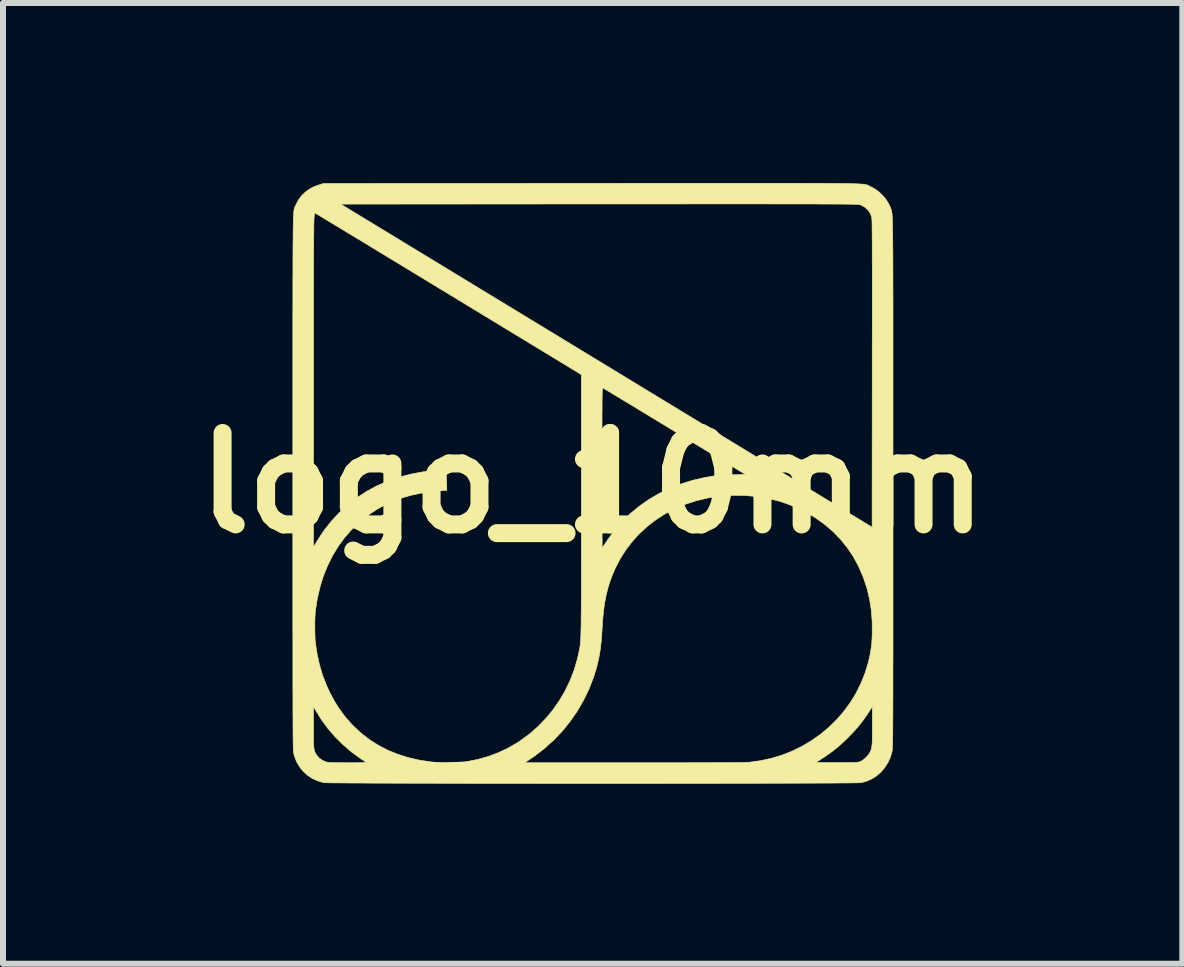
<source format=kicad_pcb>
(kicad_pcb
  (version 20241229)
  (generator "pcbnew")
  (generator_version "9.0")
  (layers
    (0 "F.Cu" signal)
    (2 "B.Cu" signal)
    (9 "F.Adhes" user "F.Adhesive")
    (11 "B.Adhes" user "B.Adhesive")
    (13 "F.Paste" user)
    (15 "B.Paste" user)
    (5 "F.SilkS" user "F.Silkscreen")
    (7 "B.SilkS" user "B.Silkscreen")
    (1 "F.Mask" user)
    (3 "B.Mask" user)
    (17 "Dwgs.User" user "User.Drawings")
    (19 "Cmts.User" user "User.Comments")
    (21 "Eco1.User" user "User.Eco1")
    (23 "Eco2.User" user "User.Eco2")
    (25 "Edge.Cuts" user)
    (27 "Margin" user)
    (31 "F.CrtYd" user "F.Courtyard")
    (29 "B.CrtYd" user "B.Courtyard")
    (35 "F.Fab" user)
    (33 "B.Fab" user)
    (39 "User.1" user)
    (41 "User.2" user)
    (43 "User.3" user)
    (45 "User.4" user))
  (footprint "logo_10mm"
    (layer "F.Cu")
    (at 6.829 5.002)
    (property "Reference" "logo_10mm" (at 0 0 0) (layer "F.SilkS") (effects (font (size 1.524 1.524) (thickness 0.3))))
    (attr through_hole)
    (fp_poly (pts (xy 2.748 -4.997) (xy 2.921 -4.997) (xy 3.082 -4.997) (xy 3.232 -4.997) (xy 3.372 -4.997) (xy 3.501 -4.997) (xy 3.621 -4.996) (xy 3.731 -4.996) (xy 3.832 -4.996) (xy 3.924 -4.995) (xy 4.009 -4.994) (xy 4.085 -4.994) (xy 4.154 -4.993) (xy 4.216 -4.992) (xy 4.271 -4.991) (xy 4.321 -4.99) (xy 4.364 -4.989) (xy 4.402 -4.988) (xy 4.435 -4.986) (xy 4.464 -4.985) (xy 4.489 -4.983) (xy 4.509 -4.981) (xy 4.527 -4.979) (xy 4.541 -4.977) (xy 4.553 -4.975) (xy 4.563 -4.973) (xy 4.572 -4.97) (xy 4.579 -4.968) (xy 4.585 -4.965) (xy 4.59 -4.962) (xy 4.596 -4.959) (xy 4.602 -4.956) (xy 4.609 -4.952) (xy 4.617 -4.949) (xy 4.619 -4.948) (xy 4.7 -4.906) (xy 4.775 -4.851) (xy 4.843 -4.785) (xy 4.901 -4.711) (xy 4.946 -4.632) (xy 4.966 -4.584) (xy 4.969 -4.576) (xy 4.971 -4.569) (xy 4.974 -4.563) (xy 4.977 -4.556) (xy 4.979 -4.55) (xy 4.981 -4.542) (xy 4.983 -4.534) (xy 4.985 -4.524) (xy 4.987 -4.512) (xy 4.989 -4.498) (xy 4.991 -4.481) (xy 4.992 -4.46) (xy 4.994 -4.437) (xy 4.995 -4.409) (xy 4.996 -4.377) (xy 4.997 -4.34) (xy 4.998 -4.298) (xy 4.999 -4.25) (xy 5 -4.196) (xy 5.001 -4.136) (xy 5.002 -4.068) (xy 5.002 -3.994) (xy 5.003 -3.911) (xy 5.004 -3.821) (xy 5.004 -3.722) (xy 5.004 -3.614) (xy 5.005 -3.497) (xy 5.005 -3.37) (xy 5.005 -3.233) (xy 5.006 -3.085) (xy 5.006 -2.926) (xy 5.006 -2.756) (xy 5.006 -2.574) (xy 5.006 -2.379) (xy 5.006 -2.172) (xy 5.006 -1.952) (xy 5.006 -1.718) (xy 5.006 -1.471) (xy 5.006 -1.209) (xy 5.006 -0.932) (xy 5.006 -0.641) (xy 5.006 -0.333) (xy 5.006 -0.01) (xy 5.006 -0.01) (xy 5.006 0.312) (xy 5.006 0.617) (xy 5.006 0.906) (xy 5.006 1.181) (xy 5.006 1.441) (xy 5.006 1.686) (xy 5.006 1.918) (xy 5.006 2.136) (xy 5.006 2.341) (xy 5.006 2.533) (xy 5.006 2.713) (xy 5.006 2.881) (xy 5.005 3.038) (xy 5.005 3.184) (xy 5.005 3.319) (xy 5.005 3.445) (xy 5.005 3.56) (xy 5.004 3.666) (xy 5.004 3.763) (xy 5.004 3.852) (xy 5.003 3.932) (xy 5.003 4.005) (xy 5.003 4.071) (xy 5.002 4.129) (xy 5.002 4.182) (xy 5.001 4.228) (xy 5.001 4.269) (xy 5 4.304) (xy 5 4.335) (xy 4.999 4.361) (xy 4.998 4.384) (xy 4.997 4.402) (xy 4.997 4.418) (xy 4.996 4.431) (xy 4.995 4.442) (xy 4.994 4.451) (xy 4.993 4.458) (xy 4.992 4.465) (xy 4.991 4.471) (xy 4.991 4.471) (xy 4.963 4.569) (xy 4.921 4.661) (xy 4.867 4.744) (xy 4.803 4.819) (xy 4.729 4.883) (xy 4.647 4.934) (xy 4.558 4.973) (xy 4.477 4.994) (xy 4.464 4.995) (xy 4.435 4.996) (xy 4.391 4.997) (xy 4.333 4.998) (xy 4.26 4.999) (xy 4.174 4.999) (xy 4.076 5) (xy 3.964 5.001) (xy 3.841 5.001) (xy 3.707 5.002) (xy 3.563 5.002) (xy 3.408 5.003) (xy 3.244 5.003) (xy 3.071 5.004) (xy 2.89 5.004) (xy 2.701 5.005) (xy 2.505 5.005) (xy 2.303 5.005) (xy 2.094 5.006) (xy 1.881 5.006) (xy 1.662 5.006) (xy 1.44 5.006) (xy 1.213 5.007) (xy 0.984 5.007) (xy 0.752 5.007) (xy 0.519 5.007) (xy 0.284 5.007) (xy 0.048 5.007) (xy -0.187 5.007) (xy -0.423 5.007) (xy -0.657 5.007) (xy -0.89 5.007) (xy -1.12 5.006) (xy -1.348 5.006) (xy -1.572 5.006) (xy -1.792 5.006) (xy -2.008 5.006) (xy -2.219 5.005) (xy -2.424 5.005) (xy -2.623 5.004) (xy -2.815 5.004) (xy -2.999 5.004) (xy -3.176 5.003) (xy -3.344 5.003) (xy -3.502 5.002) (xy -3.651 5.002) (xy -3.79 5.001) (xy -3.918 5) (xy -4.034 5) (xy -4.138 4.999) (xy -4.23 4.998) (xy -4.308 4.998) (xy -4.373 4.997) (xy -4.423 4.996) (xy -4.459 4.995) (xy -4.478 4.994) (xy -4.482 4.994) (xy -4.581 4.965) (xy -4.673 4.924) (xy -4.755 4.869) (xy -4.827 4.803) (xy -4.888 4.727) (xy -4.925 4.662) (xy -1.134 4.662) (xy 0.693 4.662) (xy 0.919 4.662) (xy 1.133 4.662) (xy 1.333 4.662) (xy 1.519 4.662) (xy 1.692 4.661) (xy 1.851 4.661) (xy 1.995 4.66) (xy 2.125 4.66) (xy 2.24 4.659) (xy 2.34 4.658) (xy 2.425 4.658) (xy 2.494 4.657) (xy 2.548 4.656) (xy 2.586 4.655) (xy 2.605 4.654) (xy 3.731 4.654) (xy 3.737 4.656) (xy 3.753 4.658) (xy 3.778 4.659) (xy 3.815 4.66) (xy 3.863 4.66) (xy 3.925 4.66) (xy 4.001 4.66) (xy 4.072 4.66) (xy 4.158 4.659) (xy 4.229 4.659) (xy 4.287 4.658) (xy 4.333 4.658) (xy 4.369 4.657) (xy 4.397 4.655) (xy 4.418 4.653) (xy 4.434 4.651) (xy 4.446 4.648) (xy 4.456 4.645) (xy 4.466 4.641) (xy 4.468 4.64) (xy 4.503 4.619) (xy 4.542 4.588) (xy 4.577 4.553) (xy 4.606 4.517) (xy 4.617 4.498) (xy 4.628 4.476) (xy 4.637 4.456) (xy 4.644 4.436) (xy 4.65 4.413) (xy 4.654 4.387) (xy 4.657 4.356) (xy 4.66 4.317) (xy 4.661 4.268) (xy 4.662 4.209) (xy 4.662 4.138) (xy 4.662 4.051) (xy 4.662 3.725) (xy 4.623 3.786) (xy 4.557 3.886) (xy 4.492 3.976) (xy 4.425 4.06) (xy 4.352 4.143) (xy 4.269 4.229) (xy 4.257 4.241) (xy 4.194 4.303) (xy 4.133 4.359) (xy 4.072 4.411) (xy 4.009 4.461) (xy 3.941 4.511) (xy 3.865 4.564) (xy 3.778 4.621) (xy 3.731 4.652) (xy 3.731 4.654) (xy 2.605 4.654) (xy 2.608 4.654) (xy 2.61 4.654) (xy 2.798 4.628) (xy 2.981 4.588) (xy 3.159 4.534) (xy 3.331 4.466) (xy 3.495 4.385) (xy 3.652 4.291) (xy 3.8 4.186) (xy 3.939 4.07) (xy 4.068 3.943) (xy 4.187 3.806) (xy 4.294 3.66) (xy 4.389 3.505) (xy 4.47 3.342) (xy 4.539 3.172) (xy 4.593 2.995) (xy 4.601 2.963) (xy 4.62 2.879) (xy 4.634 2.803) (xy 4.645 2.73) (xy 4.653 2.654) (xy 4.658 2.57) (xy 4.66 2.51) (xy 4.659 2.309) (xy 4.644 2.115) (xy 4.614 1.929) (xy 4.571 1.749) (xy 4.512 1.573) (xy 4.439 1.403) (xy 4.428 1.38) (xy 4.343 1.223) (xy 4.243 1.076) (xy 4.132 0.938) (xy 4.008 0.81) (xy 3.872 0.693) (xy 3.726 0.587) (xy 3.57 0.493) (xy 3.403 0.411) (xy 3.228 0.341) (xy 3.095 0.298) (xy 2.914 0.254) (xy 2.726 0.224) (xy 2.534 0.207) (xy 2.342 0.204) (xy 2.151 0.215) (xy 1.965 0.24) (xy 1.913 0.25) (xy 1.725 0.295) (xy 1.545 0.354) (xy 1.373 0.427) (xy 1.211 0.511) (xy 1.058 0.609) (xy 0.915 0.718) (xy 0.784 0.838) (xy 0.663 0.97) (xy 0.554 1.112) (xy 0.457 1.264) (xy 0.374 1.426) (xy 0.328 1.533) (xy 0.286 1.647) (xy 0.25 1.764) (xy 0.221 1.885) (xy 0.197 2.014) (xy 0.179 2.153) (xy 0.165 2.302) (xy 0.156 2.454) (xy 0.145 2.619) (xy 0.127 2.773) (xy 0.102 2.919) (xy 0.069 3.061) (xy 0.026 3.203) (xy 0.012 3.245) (xy -0.064 3.439) (xy -0.155 3.626) (xy -0.259 3.805) (xy -0.377 3.975) (xy -0.507 4.135) (xy -0.65 4.285) (xy -0.805 4.425) (xy -0.971 4.553) (xy -1.044 4.602) (xy -1.134 4.662) (xy -4.925 4.662) (xy -4.937 4.642) (xy -4.972 4.548) (xy -4.985 4.497) (xy -4.986 4.491) (xy -4.987 4.483) (xy -4.988 4.473) (xy -4.989 4.46) (xy -4.989 4.443) (xy -4.99 4.423) (xy -4.991 4.399) (xy -4.991 4.37) (xy -4.992 4.337) (xy -4.993 4.298) (xy -4.993 4.253) (xy -4.994 4.202) (xy -4.994 4.145) (xy -4.995 4.08) (xy -4.995 4.065) (xy -4.654 4.065) (xy -4.654 4.155) (xy -4.653 4.231) (xy -4.653 4.294) (xy -4.651 4.345) (xy -4.649 4.387) (xy -4.646 4.42) (xy -4.641 4.448) (xy -4.635 4.47) (xy -4.628 4.489) (xy -4.618 4.507) (xy -4.607 4.525) (xy -4.6 4.536) (xy -4.557 4.585) (xy -4.503 4.623) (xy -4.45 4.646) (xy -4.437 4.65) (xy -4.422 4.653) (xy -4.404 4.656) (xy -4.38 4.658) (xy -4.35 4.659) (xy -4.311 4.66) (xy -4.261 4.661) (xy -4.2 4.661) (xy -4.124 4.662) (xy -4.085 4.662) (xy -4.015 4.662) (xy -3.95 4.662) (xy -3.893 4.661) (xy -3.844 4.661) (xy -3.806 4.66) (xy -3.781 4.66) (xy -3.77 4.659) (xy -3.77 4.659) (xy -3.777 4.654) (xy -3.796 4.641) (xy -3.824 4.622) (xy -3.858 4.599) (xy -3.878 4.585) (xy -4.025 4.478) (xy -4.165 4.357) (xy -4.296 4.226) (xy -4.417 4.086) (xy -4.525 3.938) (xy -4.619 3.786) (xy -4.624 3.777) (xy -4.654 3.724) (xy -4.654 4.065) (xy -4.995 4.065) (xy -4.995 4.009) (xy -4.995 3.929) (xy -4.996 3.841) (xy -4.996 3.745) (xy -4.996 3.64) (xy -4.996 3.525) (xy -4.997 3.401) (xy -4.997 3.267) (xy -4.997 3.121) (xy -4.997 2.965) (xy -4.997 2.798) (xy -4.997 2.618) (xy -4.998 2.427) (xy -4.998 2.223) (xy -4.998 2.005) (xy -4.998 1.775) (xy -4.998 1.53) (xy -4.998 1.272) (xy -4.998 1.067) (xy -4.654 1.067) (xy -4.59 0.961) (xy -4.479 0.793) (xy -4.357 0.637) (xy -4.224 0.494) (xy -4.081 0.362) (xy -3.929 0.244) (xy -3.766 0.138) (xy -3.594 0.045) (xy -3.414 -0.034) (xy -3.225 -0.099) (xy -3.028 -0.15) (xy -2.824 -0.188) (xy -2.823 -0.188) (xy -2.779 -0.194) (xy -2.729 -0.199) (xy -2.677 -0.205) (xy -2.624 -0.209) (xy -2.573 -0.214) (xy -2.527 -0.217) (xy -2.489 -0.219) (xy -2.461 -0.219) (xy -2.445 -0.218) (xy -2.443 -0.217) (xy -2.442 -0.208) (xy -2.44 -0.185) (xy -2.438 -0.15) (xy -2.437 -0.107) (xy -2.435 -0.058) (xy -2.435 -0.046) (xy -2.431 0.121) (xy -2.504 0.126) (xy -2.687 0.143) (xy -2.857 0.168) (xy -3.015 0.201) (xy -3.165 0.243) (xy -3.307 0.294) (xy -3.443 0.355) (xy -3.576 0.426) (xy -3.605 0.444) (xy -3.717 0.518) (xy -3.83 0.604) (xy -3.939 0.699) (xy -4.04 0.8) (xy -4.13 0.903) (xy -4.132 0.905) (xy -4.239 1.051) (xy -4.334 1.207) (xy -4.417 1.374) (xy -4.488 1.549) (xy -4.545 1.733) (xy -4.589 1.923) (xy -4.62 2.121) (xy -4.622 2.139) (xy -4.626 2.186) (xy -4.629 2.247) (xy -4.631 2.316) (xy -4.631 2.389) (xy -4.631 2.462) (xy -4.629 2.532) (xy -4.627 2.595) (xy -4.623 2.646) (xy -4.622 2.655) (xy -4.594 2.846) (xy -4.554 3.028) (xy -4.502 3.203) (xy -4.436 3.374) (xy -4.384 3.486) (xy -4.306 3.634) (xy -4.221 3.768) (xy -4.129 3.892) (xy -4.027 4.009) (xy -3.985 4.053) (xy -3.854 4.174) (xy -3.714 4.281) (xy -3.566 4.375) (xy -3.409 4.456) (xy -3.242 4.523) (xy -3.067 4.578) (xy -2.881 4.62) (xy -2.685 4.649) (xy -2.606 4.657) (xy -2.572 4.659) (xy -2.525 4.66) (xy -2.47 4.66) (xy -2.408 4.659) (xy -2.344 4.657) (xy -2.28 4.655) (xy -2.219 4.652) (xy -2.166 4.649) (xy -2.123 4.646) (xy -2.095 4.642) (xy -1.912 4.606) (xy -1.739 4.557) (xy -1.574 4.495) (xy -1.414 4.42) (xy -1.258 4.33) (xy -1.209 4.297) (xy -1.057 4.187) (xy -0.916 4.063) (xy -0.784 3.928) (xy -0.664 3.783) (xy -0.556 3.628) (xy -0.46 3.465) (xy -0.378 3.294) (xy -0.309 3.117) (xy -0.256 2.936) (xy -0.234 2.843) (xy -0.23 2.821) (xy -0.225 2.8) (xy -0.221 2.781) (xy -0.218 2.761) (xy -0.214 2.742) (xy -0.211 2.722) (xy -0.208 2.701) (xy -0.206 2.677) (xy -0.203 2.651) (xy -0.201 2.621) (xy -0.199 2.588) (xy -0.198 2.55) (xy -0.196 2.507) (xy -0.195 2.458) (xy -0.193 2.402) (xy -0.192 2.34) (xy -0.192 2.27) (xy -0.191 2.192) (xy -0.19 2.105) (xy -0.19 2.008) (xy -0.189 1.901) (xy -0.189 1.784) (xy -0.189 1.655) (xy -0.189 1.514) (xy -0.189 1.36) (xy -0.188 1.194) (xy -0.188 1.013) (xy -0.188 0.818) (xy -0.188 0.608) (xy -0.188 0.382) (xy -0.188 -0.254) (xy 0.156 -0.254) (xy 0.156 -0.107) (xy 0.156 0.035) (xy 0.156 0.172) (xy 0.156 0.302) (xy 0.156 0.426) (xy 0.156 0.541) (xy 0.157 0.648) (xy 0.157 0.745) (xy 0.157 0.831) (xy 0.157 0.906) (xy 0.158 0.969) (xy 0.158 1.019) (xy 0.158 1.054) (xy 0.159 1.075) (xy 0.159 1.081) (xy 0.164 1.073) (xy 0.177 1.054) (xy 0.196 1.026) (xy 0.22 0.991) (xy 0.244 0.955) (xy 0.359 0.796) (xy 0.486 0.649) (xy 0.624 0.513) (xy 0.773 0.389) (xy 0.932 0.277) (xy 1.102 0.177) (xy 1.28 0.09) (xy 1.467 0.016) (xy 1.663 -0.045) (xy 1.866 -0.092) (xy 2.032 -0.12) (xy 2.068 -0.124) (xy 2.118 -0.128) (xy 2.177 -0.132) (xy 2.241 -0.135) (xy 2.308 -0.137) (xy 2.337 -0.138) (xy 2.548 -0.143) (xy 1.366 -0.862) (xy 1.238 -0.94) (xy 1.114 -1.015) (xy 0.994 -1.088) (xy 0.88 -1.157) (xy 0.771 -1.223) (xy 0.669 -1.285) (xy 0.575 -1.342) (xy 0.488 -1.394) (xy 0.41 -1.442) (xy 0.342 -1.483) (xy 0.284 -1.518) (xy 0.237 -1.546) (xy 0.202 -1.567) (xy 0.179 -1.58) (xy 0.17 -1.586) (xy 0.17 -1.586) (xy 0.168 -1.586) (xy 0.166 -1.584) (xy 0.165 -1.58) (xy 0.163 -1.572) (xy 0.162 -1.56) (xy 0.161 -1.544) (xy 0.16 -1.522) (xy 0.159 -1.493) (xy 0.159 -1.458) (xy 0.158 -1.415) (xy 0.157 -1.364) (xy 0.157 -1.303) (xy 0.157 -1.233) (xy 0.156 -1.152) (xy 0.156 -1.059) (xy 0.156 -0.954) (xy 0.156 -0.837) (xy 0.156 -0.706) (xy 0.156 -0.56) (xy 0.156 -0.4) (xy 0.156 -0.254) (xy -0.188 -0.254) (xy -0.188 -1.807) (xy -2.406 -3.155) (xy -2.581 -3.261) (xy -2.753 -3.366) (xy -2.92 -3.467) (xy -3.083 -3.566) (xy -3.241 -3.662) (xy -3.393 -3.754) (xy -3.539 -3.843) (xy -3.678 -3.927) (xy -3.809 -4.007) (xy -3.933 -4.082) (xy -4.049 -4.152) (xy -4.155 -4.216) (xy -4.252 -4.275) (xy -4.34 -4.328) (xy -4.416 -4.374) (xy -4.482 -4.414) (xy -4.536 -4.447) (xy -4.579 -4.472) (xy -4.608 -4.489) (xy -4.625 -4.499) (xy -4.628 -4.501) (xy -4.63 -4.5) (xy -4.632 -4.498) (xy -4.634 -4.495) (xy -4.636 -4.489) (xy -4.638 -4.481) (xy -4.639 -4.47) (xy -4.641 -4.456) (xy -4.642 -4.437) (xy -4.644 -4.414) (xy -4.645 -4.386) (xy -4.646 -4.352) (xy -4.647 -4.312) (xy -4.648 -4.266) (xy -4.648 -4.212) (xy -4.649 -4.151) (xy -4.65 -4.082) (xy -4.65 -4.004) (xy -4.651 -3.917) (xy -4.651 -3.82) (xy -4.652 -3.713) (xy -4.652 -3.595) (xy -4.652 -3.466) (xy -4.652 -3.325) (xy -4.653 -3.173) (xy -4.653 -3.007) (xy -4.653 -2.828) (xy -4.653 -2.635) (xy -4.653 -2.428) (xy -4.653 -2.207) (xy -4.653 -1.97) (xy -4.653 -1.717) (xy -4.653 -1.685) (xy -4.654 1.067) (xy -4.998 1.067) (xy -4.998 0.998) (xy -4.998 0.71) (xy -4.998 0.406) (xy -4.998 0.086) (xy -4.998 -0.014) (xy -4.998 -0.339) (xy -4.998 -0.648) (xy -4.998 -0.941) (xy -4.998 -1.22) (xy -4.998 -1.483) (xy -4.998 -1.732) (xy -4.998 -1.967) (xy -4.998 -2.189) (xy -4.998 -2.398) (xy -4.998 -2.594) (xy -4.998 -2.777) (xy -4.997 -2.949) (xy -4.997 -3.109) (xy -4.997 -3.258) (xy -4.997 -3.397) (xy -4.996 -3.525) (xy -4.996 -3.644) (xy -4.996 -3.753) (xy -4.995 -3.853) (xy -4.995 -3.944) (xy -4.994 -4.028) (xy -4.993 -4.103) (xy -4.993 -4.171) (xy -4.992 -4.233) (xy -4.991 -4.287) (xy -4.99 -4.336) (xy -4.989 -4.378) (xy -4.988 -4.416) (xy -4.986 -4.448) (xy -4.985 -4.476) (xy -4.983 -4.5) (xy -4.982 -4.52) (xy -4.98 -4.537) (xy -4.978 -4.552) (xy -4.976 -4.563) (xy -4.974 -4.573) (xy -4.972 -4.581) (xy -4.97 -4.588) (xy -4.967 -4.594) (xy -4.965 -4.599) (xy -4.962 -4.605) (xy -4.959 -4.611) (xy -4.956 -4.617) (xy -4.954 -4.621) (xy -4.94 -4.65) (xy -4.201 -4.65) (xy 4.658 0.736) (xy 4.66 -1.83) (xy 4.66 -2.075) (xy 4.66 -2.304) (xy 4.661 -2.518) (xy 4.661 -2.717) (xy 4.661 -2.901) (xy 4.661 -3.072) (xy 4.661 -3.23) (xy 4.661 -3.375) (xy 4.661 -3.508) (xy 4.661 -3.63) (xy 4.66 -3.74) (xy 4.66 -3.84) (xy 4.66 -3.93) (xy 4.66 -4.01) (xy 4.659 -4.082) (xy 4.659 -4.145) (xy 4.658 -4.2) (xy 4.658 -4.248) (xy 4.657 -4.29) (xy 4.657 -4.325) (xy 4.656 -4.354) (xy 4.655 -4.378) (xy 4.654 -4.397) (xy 4.653 -4.413) (xy 4.652 -4.424) (xy 4.651 -4.433) (xy 4.65 -4.439) (xy 4.649 -4.441) (xy 4.624 -4.502) (xy 4.585 -4.556) (xy 4.535 -4.6) (xy 4.477 -4.632) (xy 4.449 -4.641) (xy 4.445 -4.642) (xy 4.438 -4.643) (xy 4.429 -4.644) (xy 4.416 -4.645) (xy 4.4 -4.645) (xy 4.381 -4.646) (xy 4.357 -4.647) (xy 4.328 -4.647) (xy 4.294 -4.648) (xy 4.255 -4.649) (xy 4.209 -4.649) (xy 4.158 -4.65) (xy 4.099 -4.65) (xy 4.034 -4.65) (xy 3.96 -4.651) (xy 3.879 -4.651) (xy 3.79 -4.651) (xy 3.691 -4.652) (xy 3.584 -4.652) (xy 3.467 -4.652) (xy 3.34 -4.652) (xy 3.202 -4.652) (xy 3.054 -4.652) (xy 2.894 -4.653) (xy 2.723 -4.653) (xy 2.539 -4.653) (xy 2.343 -4.653) (xy 2.135 -4.653) (xy 1.913 -4.653) (xy 1.677 -4.653) (xy 1.427 -4.652) (xy 1.162 -4.652) (xy 0.883 -4.652) (xy 0.588 -4.652) (xy 0.278 -4.652) (xy 0.101 -4.652) (xy -4.201 -4.65) (xy -4.94 -4.65) (xy -4.911 -4.708) (xy -4.855 -4.786) (xy -4.787 -4.852) (xy -4.746 -4.882) (xy -4.701 -4.911) (xy -4.659 -4.933) (xy -4.615 -4.952) (xy -4.561 -4.971) (xy -4.558 -4.971) (xy -4.486 -4.994) (xy -0.029 -4.996) (xy 0.297 -4.996) (xy 0.608 -4.997) (xy 0.902 -4.997) (xy 1.182 -4.997) (xy 1.446 -4.997) (xy 1.697 -4.997) (xy 1.933 -4.997) (xy 2.156 -4.997) (xy 2.366 -4.997) (xy 2.563 -4.997) (xy 2.748 -4.997)) (stroke (width 0.01) (type solid)) (fill yes) (layer "F.SilkS")))
  (gr_rect
    (start -3 -3)
    (end 16.658 13.014)
    (stroke (width 0.1) (type default))
    (fill no)
    (layer "Edge.Cuts")))
</source>
